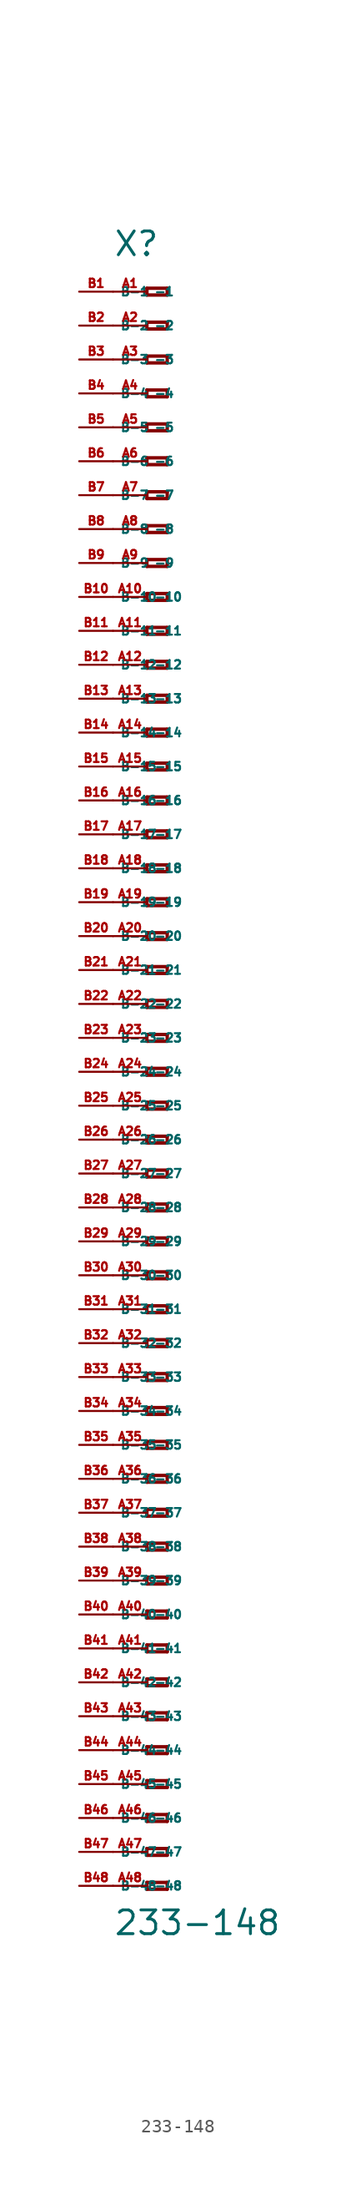
<source format=kicad_sym>
(kicad_symbol_lib
  (version 20220914)
  (generator Eagle2Kicad)
  (symbol "233-148"
    (property "Reference" "X"
      (at -5.08 60.96 0)
      (effects (font (size 1.778 1.778) (thickness 0.22)) (justify left bottom)))
    (property "Value" "233-148"
      (at -5.08 -64.77 0)
      (effects (font (size 1.778 1.778) (thickness 0.22)) (justify left bottom)))
    (polyline
      (pts (xy -2.54 58.674) (xy -2.54 58.166))
      (stroke (width 0.254) (type default))
      (fill (type none)))
    (polyline
      (pts (xy -2.54 58.166) (xy -1.016 58.166))
      (stroke (width 0.254) (type default))
      (fill (type none)))
    (polyline
      (pts (xy -1.016 58.166) (xy -1.016 58.674))
      (stroke (width 0.254) (type default))
      (fill (type none)))
    (polyline
      (pts (xy -1.016 58.674) (xy -2.54 58.674))
      (stroke (width 0.254) (type default))
      (fill (type none)))
    (polyline
      (pts (xy -2.54 56.134) (xy -2.54 55.626))
      (stroke (width 0.254) (type default))
      (fill (type none)))
    (polyline
      (pts (xy -2.54 55.626) (xy -1.016 55.626))
      (stroke (width 0.254) (type default))
      (fill (type none)))
    (polyline
      (pts (xy -1.016 55.626) (xy -1.016 56.134))
      (stroke (width 0.254) (type default))
      (fill (type none)))
    (polyline
      (pts (xy -1.016 56.134) (xy -2.54 56.134))
      (stroke (width 0.254) (type default))
      (fill (type none)))
    (polyline
      (pts (xy -2.54 53.594) (xy -2.54 53.086))
      (stroke (width 0.254) (type default))
      (fill (type none)))
    (polyline
      (pts (xy -2.54 53.086) (xy -1.016 53.086))
      (stroke (width 0.254) (type default))
      (fill (type none)))
    (polyline
      (pts (xy -1.016 53.086) (xy -1.016 53.594))
      (stroke (width 0.254) (type default))
      (fill (type none)))
    (polyline
      (pts (xy -1.016 53.594) (xy -2.54 53.594))
      (stroke (width 0.254) (type default))
      (fill (type none)))
    (polyline
      (pts (xy -2.54 51.054) (xy -2.54 50.546))
      (stroke (width 0.254) (type default))
      (fill (type none)))
    (polyline
      (pts (xy -2.54 50.546) (xy -1.016 50.546))
      (stroke (width 0.254) (type default))
      (fill (type none)))
    (polyline
      (pts (xy -1.016 50.546) (xy -1.016 51.054))
      (stroke (width 0.254) (type default))
      (fill (type none)))
    (polyline
      (pts (xy -1.016 51.054) (xy -2.54 51.054))
      (stroke (width 0.254) (type default))
      (fill (type none)))
    (polyline
      (pts (xy -2.54 48.514) (xy -2.54 48.006))
      (stroke (width 0.254) (type default))
      (fill (type none)))
    (polyline
      (pts (xy -2.54 48.006) (xy -1.016 48.006))
      (stroke (width 0.254) (type default))
      (fill (type none)))
    (polyline
      (pts (xy -1.016 48.006) (xy -1.016 48.514))
      (stroke (width 0.254) (type default))
      (fill (type none)))
    (polyline
      (pts (xy -1.016 48.514) (xy -2.54 48.514))
      (stroke (width 0.254) (type default))
      (fill (type none)))
    (polyline
      (pts (xy -2.54 45.974) (xy -2.54 45.466))
      (stroke (width 0.254) (type default))
      (fill (type none)))
    (polyline
      (pts (xy -2.54 45.466) (xy -1.016 45.466))
      (stroke (width 0.254) (type default))
      (fill (type none)))
    (polyline
      (pts (xy -1.016 45.466) (xy -1.016 45.974))
      (stroke (width 0.254) (type default))
      (fill (type none)))
    (polyline
      (pts (xy -1.016 45.974) (xy -2.54 45.974))
      (stroke (width 0.254) (type default))
      (fill (type none)))
    (polyline
      (pts (xy -2.54 43.434) (xy -2.54 42.926))
      (stroke (width 0.254) (type default))
      (fill (type none)))
    (polyline
      (pts (xy -2.54 42.926) (xy -1.016 42.926))
      (stroke (width 0.254) (type default))
      (fill (type none)))
    (polyline
      (pts (xy -1.016 42.926) (xy -1.016 43.434))
      (stroke (width 0.254) (type default))
      (fill (type none)))
    (polyline
      (pts (xy -1.016 43.434) (xy -2.54 43.434))
      (stroke (width 0.254) (type default))
      (fill (type none)))
    (polyline
      (pts (xy -2.54 40.894) (xy -2.54 40.386))
      (stroke (width 0.254) (type default))
      (fill (type none)))
    (polyline
      (pts (xy -2.54 40.386) (xy -1.016 40.386))
      (stroke (width 0.254) (type default))
      (fill (type none)))
    (polyline
      (pts (xy -1.016 40.386) (xy -1.016 40.894))
      (stroke (width 0.254) (type default))
      (fill (type none)))
    (polyline
      (pts (xy -1.016 40.894) (xy -2.54 40.894))
      (stroke (width 0.254) (type default))
      (fill (type none)))
    (polyline
      (pts (xy -2.54 38.354) (xy -2.54 37.846))
      (stroke (width 0.254) (type default))
      (fill (type none)))
    (polyline
      (pts (xy -2.54 37.846) (xy -1.016 37.846))
      (stroke (width 0.254) (type default))
      (fill (type none)))
    (polyline
      (pts (xy -1.016 37.846) (xy -1.016 38.354))
      (stroke (width 0.254) (type default))
      (fill (type none)))
    (polyline
      (pts (xy -1.016 38.354) (xy -2.54 38.354))
      (stroke (width 0.254) (type default))
      (fill (type none)))
    (polyline
      (pts (xy -2.54 35.814) (xy -2.54 35.306))
      (stroke (width 0.254) (type default))
      (fill (type none)))
    (polyline
      (pts (xy -2.54 35.306) (xy -1.016 35.306))
      (stroke (width 0.254) (type default))
      (fill (type none)))
    (polyline
      (pts (xy -1.016 35.306) (xy -1.016 35.814))
      (stroke (width 0.254) (type default))
      (fill (type none)))
    (polyline
      (pts (xy -1.016 35.814) (xy -2.54 35.814))
      (stroke (width 0.254) (type default))
      (fill (type none)))
    (polyline
      (pts (xy -2.54 33.274) (xy -2.54 32.766))
      (stroke (width 0.254) (type default))
      (fill (type none)))
    (polyline
      (pts (xy -2.54 32.766) (xy -1.016 32.766))
      (stroke (width 0.254) (type default))
      (fill (type none)))
    (polyline
      (pts (xy -1.016 32.766) (xy -1.016 33.274))
      (stroke (width 0.254) (type default))
      (fill (type none)))
    (polyline
      (pts (xy -1.016 33.274) (xy -2.54 33.274))
      (stroke (width 0.254) (type default))
      (fill (type none)))
    (polyline
      (pts (xy -2.54 30.734) (xy -2.54 30.226))
      (stroke (width 0.254) (type default))
      (fill (type none)))
    (polyline
      (pts (xy -2.54 30.226) (xy -1.016 30.226))
      (stroke (width 0.254) (type default))
      (fill (type none)))
    (polyline
      (pts (xy -1.016 30.226) (xy -1.016 30.734))
      (stroke (width 0.254) (type default))
      (fill (type none)))
    (polyline
      (pts (xy -1.016 30.734) (xy -2.54 30.734))
      (stroke (width 0.254) (type default))
      (fill (type none)))
    (polyline
      (pts (xy -2.54 28.194) (xy -2.54 27.686))
      (stroke (width 0.254) (type default))
      (fill (type none)))
    (polyline
      (pts (xy -2.54 27.686) (xy -1.016 27.686))
      (stroke (width 0.254) (type default))
      (fill (type none)))
    (polyline
      (pts (xy -1.016 27.686) (xy -1.016 28.194))
      (stroke (width 0.254) (type default))
      (fill (type none)))
    (polyline
      (pts (xy -1.016 28.194) (xy -2.54 28.194))
      (stroke (width 0.254) (type default))
      (fill (type none)))
    (polyline
      (pts (xy -2.54 25.654) (xy -2.54 25.146))
      (stroke (width 0.254) (type default))
      (fill (type none)))
    (polyline
      (pts (xy -2.54 25.146) (xy -1.016 25.146))
      (stroke (width 0.254) (type default))
      (fill (type none)))
    (polyline
      (pts (xy -1.016 25.146) (xy -1.016 25.654))
      (stroke (width 0.254) (type default))
      (fill (type none)))
    (polyline
      (pts (xy -1.016 25.654) (xy -2.54 25.654))
      (stroke (width 0.254) (type default))
      (fill (type none)))
    (polyline
      (pts (xy -2.54 23.114) (xy -2.54 22.606))
      (stroke (width 0.254) (type default))
      (fill (type none)))
    (polyline
      (pts (xy -2.54 22.606) (xy -1.016 22.606))
      (stroke (width 0.254) (type default))
      (fill (type none)))
    (polyline
      (pts (xy -1.016 22.606) (xy -1.016 23.114))
      (stroke (width 0.254) (type default))
      (fill (type none)))
    (polyline
      (pts (xy -1.016 23.114) (xy -2.54 23.114))
      (stroke (width 0.254) (type default))
      (fill (type none)))
    (polyline
      (pts (xy -2.54 20.574) (xy -2.54 20.066))
      (stroke (width 0.254) (type default))
      (fill (type none)))
    (polyline
      (pts (xy -2.54 20.066) (xy -1.016 20.066))
      (stroke (width 0.254) (type default))
      (fill (type none)))
    (polyline
      (pts (xy -1.016 20.066) (xy -1.016 20.574))
      (stroke (width 0.254) (type default))
      (fill (type none)))
    (polyline
      (pts (xy -1.016 20.574) (xy -2.54 20.574))
      (stroke (width 0.254) (type default))
      (fill (type none)))
    (polyline
      (pts (xy -2.54 18.034) (xy -2.54 17.526))
      (stroke (width 0.254) (type default))
      (fill (type none)))
    (polyline
      (pts (xy -2.54 17.526) (xy -1.016 17.526))
      (stroke (width 0.254) (type default))
      (fill (type none)))
    (polyline
      (pts (xy -1.016 17.526) (xy -1.016 18.034))
      (stroke (width 0.254) (type default))
      (fill (type none)))
    (polyline
      (pts (xy -1.016 18.034) (xy -2.54 18.034))
      (stroke (width 0.254) (type default))
      (fill (type none)))
    (polyline
      (pts (xy -2.54 15.494) (xy -2.54 14.986))
      (stroke (width 0.254) (type default))
      (fill (type none)))
    (polyline
      (pts (xy -2.54 14.986) (xy -1.016 14.986))
      (stroke (width 0.254) (type default))
      (fill (type none)))
    (polyline
      (pts (xy -1.016 14.986) (xy -1.016 15.494))
      (stroke (width 0.254) (type default))
      (fill (type none)))
    (polyline
      (pts (xy -1.016 15.494) (xy -2.54 15.494))
      (stroke (width 0.254) (type default))
      (fill (type none)))
    (polyline
      (pts (xy -2.54 12.954) (xy -2.54 12.446))
      (stroke (width 0.254) (type default))
      (fill (type none)))
    (polyline
      (pts (xy -2.54 12.446) (xy -1.016 12.446))
      (stroke (width 0.254) (type default))
      (fill (type none)))
    (polyline
      (pts (xy -1.016 12.446) (xy -1.016 12.954))
      (stroke (width 0.254) (type default))
      (fill (type none)))
    (polyline
      (pts (xy -1.016 12.954) (xy -2.54 12.954))
      (stroke (width 0.254) (type default))
      (fill (type none)))
    (polyline
      (pts (xy -2.54 10.414) (xy -2.54 9.906))
      (stroke (width 0.254) (type default))
      (fill (type none)))
    (polyline
      (pts (xy -2.54 9.906) (xy -1.016 9.906))
      (stroke (width 0.254) (type default))
      (fill (type none)))
    (polyline
      (pts (xy -1.016 9.906) (xy -1.016 10.414))
      (stroke (width 0.254) (type default))
      (fill (type none)))
    (polyline
      (pts (xy -1.016 10.414) (xy -2.54 10.414))
      (stroke (width 0.254) (type default))
      (fill (type none)))
    (polyline
      (pts (xy -2.54 7.874) (xy -2.54 7.366))
      (stroke (width 0.254) (type default))
      (fill (type none)))
    (polyline
      (pts (xy -2.54 7.366) (xy -1.016 7.366))
      (stroke (width 0.254) (type default))
      (fill (type none)))
    (polyline
      (pts (xy -1.016 7.366) (xy -1.016 7.874))
      (stroke (width 0.254) (type default))
      (fill (type none)))
    (polyline
      (pts (xy -1.016 7.874) (xy -2.54 7.874))
      (stroke (width 0.254) (type default))
      (fill (type none)))
    (polyline
      (pts (xy -2.54 5.334) (xy -2.54 4.826))
      (stroke (width 0.254) (type default))
      (fill (type none)))
    (polyline
      (pts (xy -2.54 4.826) (xy -1.016 4.826))
      (stroke (width 0.254) (type default))
      (fill (type none)))
    (polyline
      (pts (xy -1.016 4.826) (xy -1.016 5.334))
      (stroke (width 0.254) (type default))
      (fill (type none)))
    (polyline
      (pts (xy -1.016 5.334) (xy -2.54 5.334))
      (stroke (width 0.254) (type default))
      (fill (type none)))
    (polyline
      (pts (xy -2.54 2.794) (xy -2.54 2.286))
      (stroke (width 0.254) (type default))
      (fill (type none)))
    (polyline
      (pts (xy -2.54 2.286) (xy -1.016 2.286))
      (stroke (width 0.254) (type default))
      (fill (type none)))
    (polyline
      (pts (xy -1.016 2.286) (xy -1.016 2.794))
      (stroke (width 0.254) (type default))
      (fill (type none)))
    (polyline
      (pts (xy -1.016 2.794) (xy -2.54 2.794))
      (stroke (width 0.254) (type default))
      (fill (type none)))
    (polyline
      (pts (xy -2.54 0.254) (xy -2.54 -0.254))
      (stroke (width 0.254) (type default))
      (fill (type none)))
    (polyline
      (pts (xy -2.54 -0.254) (xy -1.016 -0.254))
      (stroke (width 0.254) (type default))
      (fill (type none)))
    (polyline
      (pts (xy -1.016 -0.254) (xy -1.016 0.254))
      (stroke (width 0.254) (type default))
      (fill (type none)))
    (polyline
      (pts (xy -1.016 0.254) (xy -2.54 0.254))
      (stroke (width 0.254) (type default))
      (fill (type none)))
    (polyline
      (pts (xy -2.54 -2.286) (xy -2.54 -2.794))
      (stroke (width 0.254) (type default))
      (fill (type none)))
    (polyline
      (pts (xy -2.54 -2.794) (xy -1.016 -2.794))
      (stroke (width 0.254) (type default))
      (fill (type none)))
    (polyline
      (pts (xy -1.016 -2.794) (xy -1.016 -2.286))
      (stroke (width 0.254) (type default))
      (fill (type none)))
    (polyline
      (pts (xy -1.016 -2.286) (xy -2.54 -2.286))
      (stroke (width 0.254) (type default))
      (fill (type none)))
    (polyline
      (pts (xy -2.54 -4.826) (xy -2.54 -5.334))
      (stroke (width 0.254) (type default))
      (fill (type none)))
    (polyline
      (pts (xy -2.54 -5.334) (xy -1.016 -5.334))
      (stroke (width 0.254) (type default))
      (fill (type none)))
    (polyline
      (pts (xy -1.016 -5.334) (xy -1.016 -4.826))
      (stroke (width 0.254) (type default))
      (fill (type none)))
    (polyline
      (pts (xy -1.016 -4.826) (xy -2.54 -4.826))
      (stroke (width 0.254) (type default))
      (fill (type none)))
    (polyline
      (pts (xy -2.54 -7.366) (xy -2.54 -7.874))
      (stroke (width 0.254) (type default))
      (fill (type none)))
    (polyline
      (pts (xy -2.54 -7.874) (xy -1.016 -7.874))
      (stroke (width 0.254) (type default))
      (fill (type none)))
    (polyline
      (pts (xy -1.016 -7.874) (xy -1.016 -7.366))
      (stroke (width 0.254) (type default))
      (fill (type none)))
    (polyline
      (pts (xy -1.016 -7.366) (xy -2.54 -7.366))
      (stroke (width 0.254) (type default))
      (fill (type none)))
    (polyline
      (pts (xy -2.54 -9.906) (xy -2.54 -10.414))
      (stroke (width 0.254) (type default))
      (fill (type none)))
    (polyline
      (pts (xy -2.54 -10.414) (xy -1.016 -10.414))
      (stroke (width 0.254) (type default))
      (fill (type none)))
    (polyline
      (pts (xy -1.016 -10.414) (xy -1.016 -9.906))
      (stroke (width 0.254) (type default))
      (fill (type none)))
    (polyline
      (pts (xy -1.016 -9.906) (xy -2.54 -9.906))
      (stroke (width 0.254) (type default))
      (fill (type none)))
    (polyline
      (pts (xy -2.54 -12.446) (xy -2.54 -12.954))
      (stroke (width 0.254) (type default))
      (fill (type none)))
    (polyline
      (pts (xy -2.54 -12.954) (xy -1.016 -12.954))
      (stroke (width 0.254) (type default))
      (fill (type none)))
    (polyline
      (pts (xy -1.016 -12.954) (xy -1.016 -12.446))
      (stroke (width 0.254) (type default))
      (fill (type none)))
    (polyline
      (pts (xy -1.016 -12.446) (xy -2.54 -12.446))
      (stroke (width 0.254) (type default))
      (fill (type none)))
    (polyline
      (pts (xy -2.54 -14.986) (xy -2.54 -15.494))
      (stroke (width 0.254) (type default))
      (fill (type none)))
    (polyline
      (pts (xy -2.54 -15.494) (xy -1.016 -15.494))
      (stroke (width 0.254) (type default))
      (fill (type none)))
    (polyline
      (pts (xy -1.016 -15.494) (xy -1.016 -14.986))
      (stroke (width 0.254) (type default))
      (fill (type none)))
    (polyline
      (pts (xy -1.016 -14.986) (xy -2.54 -14.986))
      (stroke (width 0.254) (type default))
      (fill (type none)))
    (polyline
      (pts (xy -2.54 -17.526) (xy -2.54 -18.034))
      (stroke (width 0.254) (type default))
      (fill (type none)))
    (polyline
      (pts (xy -2.54 -18.034) (xy -1.016 -18.034))
      (stroke (width 0.254) (type default))
      (fill (type none)))
    (polyline
      (pts (xy -1.016 -18.034) (xy -1.016 -17.526))
      (stroke (width 0.254) (type default))
      (fill (type none)))
    (polyline
      (pts (xy -1.016 -17.526) (xy -2.54 -17.526))
      (stroke (width 0.254) (type default))
      (fill (type none)))
    (polyline
      (pts (xy -2.54 -20.066) (xy -2.54 -20.574))
      (stroke (width 0.254) (type default))
      (fill (type none)))
    (polyline
      (pts (xy -2.54 -20.574) (xy -1.016 -20.574))
      (stroke (width 0.254) (type default))
      (fill (type none)))
    (polyline
      (pts (xy -1.016 -20.574) (xy -1.016 -20.066))
      (stroke (width 0.254) (type default))
      (fill (type none)))
    (polyline
      (pts (xy -1.016 -20.066) (xy -2.54 -20.066))
      (stroke (width 0.254) (type default))
      (fill (type none)))
    (polyline
      (pts (xy -2.54 -22.606) (xy -2.54 -23.114))
      (stroke (width 0.254) (type default))
      (fill (type none)))
    (polyline
      (pts (xy -2.54 -23.114) (xy -1.016 -23.114))
      (stroke (width 0.254) (type default))
      (fill (type none)))
    (polyline
      (pts (xy -1.016 -23.114) (xy -1.016 -22.606))
      (stroke (width 0.254) (type default))
      (fill (type none)))
    (polyline
      (pts (xy -1.016 -22.606) (xy -2.54 -22.606))
      (stroke (width 0.254) (type default))
      (fill (type none)))
    (polyline
      (pts (xy -2.54 -25.146) (xy -2.54 -25.654))
      (stroke (width 0.254) (type default))
      (fill (type none)))
    (polyline
      (pts (xy -2.54 -25.654) (xy -1.016 -25.654))
      (stroke (width 0.254) (type default))
      (fill (type none)))
    (polyline
      (pts (xy -1.016 -25.654) (xy -1.016 -25.146))
      (stroke (width 0.254) (type default))
      (fill (type none)))
    (polyline
      (pts (xy -1.016 -25.146) (xy -2.54 -25.146))
      (stroke (width 0.254) (type default))
      (fill (type none)))
    (polyline
      (pts (xy -2.54 -27.686) (xy -2.54 -28.194))
      (stroke (width 0.254) (type default))
      (fill (type none)))
    (polyline
      (pts (xy -2.54 -28.194) (xy -1.016 -28.194))
      (stroke (width 0.254) (type default))
      (fill (type none)))
    (polyline
      (pts (xy -1.016 -28.194) (xy -1.016 -27.686))
      (stroke (width 0.254) (type default))
      (fill (type none)))
    (polyline
      (pts (xy -1.016 -27.686) (xy -2.54 -27.686))
      (stroke (width 0.254) (type default))
      (fill (type none)))
    (polyline
      (pts (xy -2.54 -30.226) (xy -2.54 -30.734))
      (stroke (width 0.254) (type default))
      (fill (type none)))
    (polyline
      (pts (xy -2.54 -30.734) (xy -1.016 -30.734))
      (stroke (width 0.254) (type default))
      (fill (type none)))
    (polyline
      (pts (xy -1.016 -30.734) (xy -1.016 -30.226))
      (stroke (width 0.254) (type default))
      (fill (type none)))
    (polyline
      (pts (xy -1.016 -30.226) (xy -2.54 -30.226))
      (stroke (width 0.254) (type default))
      (fill (type none)))
    (polyline
      (pts (xy -2.54 -32.766) (xy -2.54 -33.274))
      (stroke (width 0.254) (type default))
      (fill (type none)))
    (polyline
      (pts (xy -2.54 -33.274) (xy -1.016 -33.274))
      (stroke (width 0.254) (type default))
      (fill (type none)))
    (polyline
      (pts (xy -1.016 -33.274) (xy -1.016 -32.766))
      (stroke (width 0.254) (type default))
      (fill (type none)))
    (polyline
      (pts (xy -1.016 -32.766) (xy -2.54 -32.766))
      (stroke (width 0.254) (type default))
      (fill (type none)))
    (polyline
      (pts (xy -2.54 -35.306) (xy -2.54 -35.814))
      (stroke (width 0.254) (type default))
      (fill (type none)))
    (polyline
      (pts (xy -2.54 -35.814) (xy -1.016 -35.814))
      (stroke (width 0.254) (type default))
      (fill (type none)))
    (polyline
      (pts (xy -1.016 -35.814) (xy -1.016 -35.306))
      (stroke (width 0.254) (type default))
      (fill (type none)))
    (polyline
      (pts (xy -1.016 -35.306) (xy -2.54 -35.306))
      (stroke (width 0.254) (type default))
      (fill (type none)))
    (polyline
      (pts (xy -2.54 -37.846) (xy -2.54 -38.354))
      (stroke (width 0.254) (type default))
      (fill (type none)))
    (polyline
      (pts (xy -2.54 -38.354) (xy -1.016 -38.354))
      (stroke (width 0.254) (type default))
      (fill (type none)))
    (polyline
      (pts (xy -1.016 -38.354) (xy -1.016 -37.846))
      (stroke (width 0.254) (type default))
      (fill (type none)))
    (polyline
      (pts (xy -1.016 -37.846) (xy -2.54 -37.846))
      (stroke (width 0.254) (type default))
      (fill (type none)))
    (polyline
      (pts (xy -2.54 -40.386) (xy -2.54 -40.894))
      (stroke (width 0.254) (type default))
      (fill (type none)))
    (polyline
      (pts (xy -2.54 -40.894) (xy -1.016 -40.894))
      (stroke (width 0.254) (type default))
      (fill (type none)))
    (polyline
      (pts (xy -1.016 -40.894) (xy -1.016 -40.386))
      (stroke (width 0.254) (type default))
      (fill (type none)))
    (polyline
      (pts (xy -1.016 -40.386) (xy -2.54 -40.386))
      (stroke (width 0.254) (type default))
      (fill (type none)))
    (polyline
      (pts (xy -2.54 -42.926) (xy -2.54 -43.434))
      (stroke (width 0.254) (type default))
      (fill (type none)))
    (polyline
      (pts (xy -2.54 -43.434) (xy -1.016 -43.434))
      (stroke (width 0.254) (type default))
      (fill (type none)))
    (polyline
      (pts (xy -1.016 -43.434) (xy -1.016 -42.926))
      (stroke (width 0.254) (type default))
      (fill (type none)))
    (polyline
      (pts (xy -1.016 -42.926) (xy -2.54 -42.926))
      (stroke (width 0.254) (type default))
      (fill (type none)))
    (polyline
      (pts (xy -2.54 -45.466) (xy -2.54 -45.974))
      (stroke (width 0.254) (type default))
      (fill (type none)))
    (polyline
      (pts (xy -2.54 -45.974) (xy -1.016 -45.974))
      (stroke (width 0.254) (type default))
      (fill (type none)))
    (polyline
      (pts (xy -1.016 -45.974) (xy -1.016 -45.466))
      (stroke (width 0.254) (type default))
      (fill (type none)))
    (polyline
      (pts (xy -1.016 -45.466) (xy -2.54 -45.466))
      (stroke (width 0.254) (type default))
      (fill (type none)))
    (polyline
      (pts (xy -2.54 -48.006) (xy -2.54 -48.514))
      (stroke (width 0.254) (type default))
      (fill (type none)))
    (polyline
      (pts (xy -2.54 -48.514) (xy -1.016 -48.514))
      (stroke (width 0.254) (type default))
      (fill (type none)))
    (polyline
      (pts (xy -1.016 -48.514) (xy -1.016 -48.006))
      (stroke (width 0.254) (type default))
      (fill (type none)))
    (polyline
      (pts (xy -1.016 -48.006) (xy -2.54 -48.006))
      (stroke (width 0.254) (type default))
      (fill (type none)))
    (polyline
      (pts (xy -2.54 -50.546) (xy -2.54 -51.054))
      (stroke (width 0.254) (type default))
      (fill (type none)))
    (polyline
      (pts (xy -2.54 -51.054) (xy -1.016 -51.054))
      (stroke (width 0.254) (type default))
      (fill (type none)))
    (polyline
      (pts (xy -1.016 -51.054) (xy -1.016 -50.546))
      (stroke (width 0.254) (type default))
      (fill (type none)))
    (polyline
      (pts (xy -1.016 -50.546) (xy -2.54 -50.546))
      (stroke (width 0.254) (type default))
      (fill (type none)))
    (polyline
      (pts (xy -2.54 -53.086) (xy -2.54 -53.594))
      (stroke (width 0.254) (type default))
      (fill (type none)))
    (polyline
      (pts (xy -2.54 -53.594) (xy -1.016 -53.594))
      (stroke (width 0.254) (type default))
      (fill (type none)))
    (polyline
      (pts (xy -1.016 -53.594) (xy -1.016 -53.086))
      (stroke (width 0.254) (type default))
      (fill (type none)))
    (polyline
      (pts (xy -1.016 -53.086) (xy -2.54 -53.086))
      (stroke (width 0.254) (type default))
      (fill (type none)))
    (polyline
      (pts (xy -2.54 -55.626) (xy -2.54 -56.134))
      (stroke (width 0.254) (type default))
      (fill (type none)))
    (polyline
      (pts (xy -2.54 -56.134) (xy -1.016 -56.134))
      (stroke (width 0.254) (type default))
      (fill (type none)))
    (polyline
      (pts (xy -1.016 -56.134) (xy -1.016 -55.626))
      (stroke (width 0.254) (type default))
      (fill (type none)))
    (polyline
      (pts (xy -1.016 -55.626) (xy -2.54 -55.626))
      (stroke (width 0.254) (type default))
      (fill (type none)))
    (polyline
      (pts (xy -2.54 -58.166) (xy -2.54 -58.674))
      (stroke (width 0.254) (type default))
      (fill (type none)))
    (polyline
      (pts (xy -2.54 -58.674) (xy -1.016 -58.674))
      (stroke (width 0.254) (type default))
      (fill (type none)))
    (polyline
      (pts (xy -1.016 -58.674) (xy -1.016 -58.166))
      (stroke (width 0.254) (type default))
      (fill (type none)))
    (polyline
      (pts (xy -1.016 -58.166) (xy -2.54 -58.166))
      (stroke (width 0.254) (type default))
      (fill (type none)))
    (polyline
      (pts (xy -2.54 -60.706) (xy -2.54 -61.214))
      (stroke (width 0.254) (type default))
      (fill (type none)))
    (polyline
      (pts (xy -2.54 -61.214) (xy -1.016 -61.214))
      (stroke (width 0.254) (type default))
      (fill (type none)))
    (polyline
      (pts (xy -1.016 -61.214) (xy -1.016 -60.706))
      (stroke (width 0.254) (type default))
      (fill (type none)))
    (polyline
      (pts (xy -1.016 -60.706) (xy -2.54 -60.706))
      (stroke (width 0.254) (type default))
      (fill (type none)))
    (pin passive line
      (at -5.08 58.42 0)
      (length 2.54)
      (name "-1" (effects (font (size 0.635 0.635) (thickness 0.08)) (justify left bottom)))
      (number "A1" (effects (font (size 0.635 0.635) (thickness 0.08)) (justify left bottom))))
    (pin passive line
      (at -5.08 55.88 0)
      (length 2.54)
      (name "-2" (effects (font (size 0.635 0.635) (thickness 0.08)) (justify left bottom)))
      (number "A2" (effects (font (size 0.635 0.635) (thickness 0.08)) (justify left bottom))))
    (pin passive line
      (at -5.08 53.34 0)
      (length 2.54)
      (name "-3" (effects (font (size 0.635 0.635) (thickness 0.08)) (justify left bottom)))
      (number "A3" (effects (font (size 0.635 0.635) (thickness 0.08)) (justify left bottom))))
    (pin passive line
      (at -5.08 50.8 0)
      (length 2.54)
      (name "-4" (effects (font (size 0.635 0.635) (thickness 0.08)) (justify left bottom)))
      (number "A4" (effects (font (size 0.635 0.635) (thickness 0.08)) (justify left bottom))))
    (pin passive line
      (at -5.08 48.26 0)
      (length 2.54)
      (name "-5" (effects (font (size 0.635 0.635) (thickness 0.08)) (justify left bottom)))
      (number "A5" (effects (font (size 0.635 0.635) (thickness 0.08)) (justify left bottom))))
    (pin passive line
      (at -5.08 45.72 0)
      (length 2.54)
      (name "-6" (effects (font (size 0.635 0.635) (thickness 0.08)) (justify left bottom)))
      (number "A6" (effects (font (size 0.635 0.635) (thickness 0.08)) (justify left bottom))))
    (pin passive line
      (at -5.08 43.18 0)
      (length 2.54)
      (name "-7" (effects (font (size 0.635 0.635) (thickness 0.08)) (justify left bottom)))
      (number "A7" (effects (font (size 0.635 0.635) (thickness 0.08)) (justify left bottom))))
    (pin passive line
      (at -5.08 40.64 0)
      (length 2.54)
      (name "-8" (effects (font (size 0.635 0.635) (thickness 0.08)) (justify left bottom)))
      (number "A8" (effects (font (size 0.635 0.635) (thickness 0.08)) (justify left bottom))))
    (pin passive line
      (at -5.08 38.1 0)
      (length 2.54)
      (name "-9" (effects (font (size 0.635 0.635) (thickness 0.08)) (justify left bottom)))
      (number "A9" (effects (font (size 0.635 0.635) (thickness 0.08)) (justify left bottom))))
    (pin passive line
      (at -5.08 35.56 0)
      (length 2.54)
      (name "-10" (effects (font (size 0.635 0.635) (thickness 0.08)) (justify left bottom)))
      (number "A10" (effects (font (size 0.635 0.635) (thickness 0.08)) (justify left bottom))))
    (pin passive line
      (at -5.08 33.02 0)
      (length 2.54)
      (name "-11" (effects (font (size 0.635 0.635) (thickness 0.08)) (justify left bottom)))
      (number "A11" (effects (font (size 0.635 0.635) (thickness 0.08)) (justify left bottom))))
    (pin passive line
      (at -5.08 30.48 0)
      (length 2.54)
      (name "-12" (effects (font (size 0.635 0.635) (thickness 0.08)) (justify left bottom)))
      (number "A12" (effects (font (size 0.635 0.635) (thickness 0.08)) (justify left bottom))))
    (pin passive line
      (at -5.08 27.94 0)
      (length 2.54)
      (name "-13" (effects (font (size 0.635 0.635) (thickness 0.08)) (justify left bottom)))
      (number "A13" (effects (font (size 0.635 0.635) (thickness 0.08)) (justify left bottom))))
    (pin passive line
      (at -5.08 25.4 0)
      (length 2.54)
      (name "-14" (effects (font (size 0.635 0.635) (thickness 0.08)) (justify left bottom)))
      (number "A14" (effects (font (size 0.635 0.635) (thickness 0.08)) (justify left bottom))))
    (pin passive line
      (at -5.08 22.86 0)
      (length 2.54)
      (name "-15" (effects (font (size 0.635 0.635) (thickness 0.08)) (justify left bottom)))
      (number "A15" (effects (font (size 0.635 0.635) (thickness 0.08)) (justify left bottom))))
    (pin passive line
      (at -5.08 20.32 0)
      (length 2.54)
      (name "-16" (effects (font (size 0.635 0.635) (thickness 0.08)) (justify left bottom)))
      (number "A16" (effects (font (size 0.635 0.635) (thickness 0.08)) (justify left bottom))))
    (pin passive line
      (at -5.08 17.78 0)
      (length 2.54)
      (name "-17" (effects (font (size 0.635 0.635) (thickness 0.08)) (justify left bottom)))
      (number "A17" (effects (font (size 0.635 0.635) (thickness 0.08)) (justify left bottom))))
    (pin passive line
      (at -5.08 15.24 0)
      (length 2.54)
      (name "-18" (effects (font (size 0.635 0.635) (thickness 0.08)) (justify left bottom)))
      (number "A18" (effects (font (size 0.635 0.635) (thickness 0.08)) (justify left bottom))))
    (pin passive line
      (at -5.08 12.7 0)
      (length 2.54)
      (name "-19" (effects (font (size 0.635 0.635) (thickness 0.08)) (justify left bottom)))
      (number "A19" (effects (font (size 0.635 0.635) (thickness 0.08)) (justify left bottom))))
    (pin passive line
      (at -5.08 10.16 0)
      (length 2.54)
      (name "-20" (effects (font (size 0.635 0.635) (thickness 0.08)) (justify left bottom)))
      (number "A20" (effects (font (size 0.635 0.635) (thickness 0.08)) (justify left bottom))))
    (pin passive line
      (at -5.08 7.62 0)
      (length 2.54)
      (name "-21" (effects (font (size 0.635 0.635) (thickness 0.08)) (justify left bottom)))
      (number "A21" (effects (font (size 0.635 0.635) (thickness 0.08)) (justify left bottom))))
    (pin passive line
      (at -5.08 5.08 0)
      (length 2.54)
      (name "-22" (effects (font (size 0.635 0.635) (thickness 0.08)) (justify left bottom)))
      (number "A22" (effects (font (size 0.635 0.635) (thickness 0.08)) (justify left bottom))))
    (pin passive line
      (at -5.08 2.54 0)
      (length 2.54)
      (name "-23" (effects (font (size 0.635 0.635) (thickness 0.08)) (justify left bottom)))
      (number "A23" (effects (font (size 0.635 0.635) (thickness 0.08)) (justify left bottom))))
    (pin passive line
      (at -5.08 0 0)
      (length 2.54)
      (name "-24" (effects (font (size 0.635 0.635) (thickness 0.08)) (justify left bottom)))
      (number "A24" (effects (font (size 0.635 0.635) (thickness 0.08)) (justify left bottom))))
    (pin passive line
      (at -5.08 -2.54 0)
      (length 2.54)
      (name "-25" (effects (font (size 0.635 0.635) (thickness 0.08)) (justify left bottom)))
      (number "A25" (effects (font (size 0.635 0.635) (thickness 0.08)) (justify left bottom))))
    (pin passive line
      (at -5.08 -5.08 0)
      (length 2.54)
      (name "-26" (effects (font (size 0.635 0.635) (thickness 0.08)) (justify left bottom)))
      (number "A26" (effects (font (size 0.635 0.635) (thickness 0.08)) (justify left bottom))))
    (pin passive line
      (at -5.08 -7.62 0)
      (length 2.54)
      (name "-27" (effects (font (size 0.635 0.635) (thickness 0.08)) (justify left bottom)))
      (number "A27" (effects (font (size 0.635 0.635) (thickness 0.08)) (justify left bottom))))
    (pin passive line
      (at -5.08 -10.16 0)
      (length 2.54)
      (name "-28" (effects (font (size 0.635 0.635) (thickness 0.08)) (justify left bottom)))
      (number "A28" (effects (font (size 0.635 0.635) (thickness 0.08)) (justify left bottom))))
    (pin passive line
      (at -5.08 -12.7 0)
      (length 2.54)
      (name "-29" (effects (font (size 0.635 0.635) (thickness 0.08)) (justify left bottom)))
      (number "A29" (effects (font (size 0.635 0.635) (thickness 0.08)) (justify left bottom))))
    (pin passive line
      (at -5.08 -15.24 0)
      (length 2.54)
      (name "-30" (effects (font (size 0.635 0.635) (thickness 0.08)) (justify left bottom)))
      (number "A30" (effects (font (size 0.635 0.635) (thickness 0.08)) (justify left bottom))))
    (pin passive line
      (at -5.08 -17.78 0)
      (length 2.54)
      (name "-31" (effects (font (size 0.635 0.635) (thickness 0.08)) (justify left bottom)))
      (number "A31" (effects (font (size 0.635 0.635) (thickness 0.08)) (justify left bottom))))
    (pin passive line
      (at -5.08 -20.32 0)
      (length 2.54)
      (name "-32" (effects (font (size 0.635 0.635) (thickness 0.08)) (justify left bottom)))
      (number "A32" (effects (font (size 0.635 0.635) (thickness 0.08)) (justify left bottom))))
    (pin passive line
      (at -5.08 -22.86 0)
      (length 2.54)
      (name "-33" (effects (font (size 0.635 0.635) (thickness 0.08)) (justify left bottom)))
      (number "A33" (effects (font (size 0.635 0.635) (thickness 0.08)) (justify left bottom))))
    (pin passive line
      (at -5.08 -25.4 0)
      (length 2.54)
      (name "-34" (effects (font (size 0.635 0.635) (thickness 0.08)) (justify left bottom)))
      (number "A34" (effects (font (size 0.635 0.635) (thickness 0.08)) (justify left bottom))))
    (pin passive line
      (at -5.08 -27.94 0)
      (length 2.54)
      (name "-35" (effects (font (size 0.635 0.635) (thickness 0.08)) (justify left bottom)))
      (number "A35" (effects (font (size 0.635 0.635) (thickness 0.08)) (justify left bottom))))
    (pin passive line
      (at -5.08 -30.48 0)
      (length 2.54)
      (name "-36" (effects (font (size 0.635 0.635) (thickness 0.08)) (justify left bottom)))
      (number "A36" (effects (font (size 0.635 0.635) (thickness 0.08)) (justify left bottom))))
    (pin passive line
      (at -5.08 -33.02 0)
      (length 2.54)
      (name "-37" (effects (font (size 0.635 0.635) (thickness 0.08)) (justify left bottom)))
      (number "A37" (effects (font (size 0.635 0.635) (thickness 0.08)) (justify left bottom))))
    (pin passive line
      (at -5.08 -35.56 0)
      (length 2.54)
      (name "-38" (effects (font (size 0.635 0.635) (thickness 0.08)) (justify left bottom)))
      (number "A38" (effects (font (size 0.635 0.635) (thickness 0.08)) (justify left bottom))))
    (pin passive line
      (at -5.08 -38.1 0)
      (length 2.54)
      (name "-39" (effects (font (size 0.635 0.635) (thickness 0.08)) (justify left bottom)))
      (number "A39" (effects (font (size 0.635 0.635) (thickness 0.08)) (justify left bottom))))
    (pin passive line
      (at -5.08 -40.64 0)
      (length 2.54)
      (name "-40" (effects (font (size 0.635 0.635) (thickness 0.08)) (justify left bottom)))
      (number "A40" (effects (font (size 0.635 0.635) (thickness 0.08)) (justify left bottom))))
    (pin passive line
      (at -5.08 -43.18 0)
      (length 2.54)
      (name "-41" (effects (font (size 0.635 0.635) (thickness 0.08)) (justify left bottom)))
      (number "A41" (effects (font (size 0.635 0.635) (thickness 0.08)) (justify left bottom))))
    (pin passive line
      (at -5.08 -45.72 0)
      (length 2.54)
      (name "-42" (effects (font (size 0.635 0.635) (thickness 0.08)) (justify left bottom)))
      (number "A42" (effects (font (size 0.635 0.635) (thickness 0.08)) (justify left bottom))))
    (pin passive line
      (at -5.08 -48.26 0)
      (length 2.54)
      (name "-43" (effects (font (size 0.635 0.635) (thickness 0.08)) (justify left bottom)))
      (number "A43" (effects (font (size 0.635 0.635) (thickness 0.08)) (justify left bottom))))
    (pin passive line
      (at -5.08 -50.8 0)
      (length 2.54)
      (name "-44" (effects (font (size 0.635 0.635) (thickness 0.08)) (justify left bottom)))
      (number "A44" (effects (font (size 0.635 0.635) (thickness 0.08)) (justify left bottom))))
    (pin passive line
      (at -5.08 -53.34 0)
      (length 2.54)
      (name "-45" (effects (font (size 0.635 0.635) (thickness 0.08)) (justify left bottom)))
      (number "A45" (effects (font (size 0.635 0.635) (thickness 0.08)) (justify left bottom))))
    (pin passive line
      (at -5.08 -55.88 0)
      (length 2.54)
      (name "-46" (effects (font (size 0.635 0.635) (thickness 0.08)) (justify left bottom)))
      (number "A46" (effects (font (size 0.635 0.635) (thickness 0.08)) (justify left bottom))))
    (pin passive line
      (at -5.08 -58.42 0)
      (length 2.54)
      (name "-47" (effects (font (size 0.635 0.635) (thickness 0.08)) (justify left bottom)))
      (number "A47" (effects (font (size 0.635 0.635) (thickness 0.08)) (justify left bottom))))
    (pin passive line
      (at -5.08 -60.96 0)
      (length 2.54)
      (name "-48" (effects (font (size 0.635 0.635) (thickness 0.08)) (justify left bottom)))
      (number "A48" (effects (font (size 0.635 0.635) (thickness 0.08)) (justify left bottom))))
    (pin passive line
      (at -7.62 -60.96 0)
      (length 2.54)
      (name "B-48" (effects (font (size 0.635 0.635) (thickness 0.08)) (justify left bottom)))
      (number "B48" (effects (font (size 0.635 0.635) (thickness 0.08)) (justify left bottom))))
    (pin passive line
      (at -7.62 58.42 0)
      (length 2.54)
      (name "B-1" (effects (font (size 0.635 0.635) (thickness 0.08)) (justify left bottom)))
      (number "B1" (effects (font (size 0.635 0.635) (thickness 0.08)) (justify left bottom))))
    (pin passive line
      (at -7.62 55.88 0)
      (length 2.54)
      (name "B-2" (effects (font (size 0.635 0.635) (thickness 0.08)) (justify left bottom)))
      (number "B2" (effects (font (size 0.635 0.635) (thickness 0.08)) (justify left bottom))))
    (pin passive line
      (at -7.62 53.34 0)
      (length 2.54)
      (name "B-3" (effects (font (size 0.635 0.635) (thickness 0.08)) (justify left bottom)))
      (number "B3" (effects (font (size 0.635 0.635) (thickness 0.08)) (justify left bottom))))
    (pin passive line
      (at -7.62 50.8 0)
      (length 2.54)
      (name "B-4" (effects (font (size 0.635 0.635) (thickness 0.08)) (justify left bottom)))
      (number "B4" (effects (font (size 0.635 0.635) (thickness 0.08)) (justify left bottom))))
    (pin passive line
      (at -7.62 48.26 0)
      (length 2.54)
      (name "B-5" (effects (font (size 0.635 0.635) (thickness 0.08)) (justify left bottom)))
      (number "B5" (effects (font (size 0.635 0.635) (thickness 0.08)) (justify left bottom))))
    (pin passive line
      (at -7.62 45.72 0)
      (length 2.54)
      (name "B-6" (effects (font (size 0.635 0.635) (thickness 0.08)) (justify left bottom)))
      (number "B6" (effects (font (size 0.635 0.635) (thickness 0.08)) (justify left bottom))))
    (pin passive line
      (at -7.62 43.18 0)
      (length 2.54)
      (name "B-7" (effects (font (size 0.635 0.635) (thickness 0.08)) (justify left bottom)))
      (number "B7" (effects (font (size 0.635 0.635) (thickness 0.08)) (justify left bottom))))
    (pin passive line
      (at -7.62 40.64 0)
      (length 2.54)
      (name "B-8" (effects (font (size 0.635 0.635) (thickness 0.08)) (justify left bottom)))
      (number "B8" (effects (font (size 0.635 0.635) (thickness 0.08)) (justify left bottom))))
    (pin passive line
      (at -7.62 38.1 0)
      (length 2.54)
      (name "B-9" (effects (font (size 0.635 0.635) (thickness 0.08)) (justify left bottom)))
      (number "B9" (effects (font (size 0.635 0.635) (thickness 0.08)) (justify left bottom))))
    (pin passive line
      (at -7.62 35.56 0)
      (length 2.54)
      (name "B-10" (effects (font (size 0.635 0.635) (thickness 0.08)) (justify left bottom)))
      (number "B10" (effects (font (size 0.635 0.635) (thickness 0.08)) (justify left bottom))))
    (pin passive line
      (at -7.62 33.02 0)
      (length 2.54)
      (name "B-11" (effects (font (size 0.635 0.635) (thickness 0.08)) (justify left bottom)))
      (number "B11" (effects (font (size 0.635 0.635) (thickness 0.08)) (justify left bottom))))
    (pin passive line
      (at -7.62 30.48 0)
      (length 2.54)
      (name "B-12" (effects (font (size 0.635 0.635) (thickness 0.08)) (justify left bottom)))
      (number "B12" (effects (font (size 0.635 0.635) (thickness 0.08)) (justify left bottom))))
    (pin passive line
      (at -7.62 27.94 0)
      (length 2.54)
      (name "B-13" (effects (font (size 0.635 0.635) (thickness 0.08)) (justify left bottom)))
      (number "B13" (effects (font (size 0.635 0.635) (thickness 0.08)) (justify left bottom))))
    (pin passive line
      (at -7.62 25.4 0)
      (length 2.54)
      (name "B-14" (effects (font (size 0.635 0.635) (thickness 0.08)) (justify left bottom)))
      (number "B14" (effects (font (size 0.635 0.635) (thickness 0.08)) (justify left bottom))))
    (pin passive line
      (at -7.62 22.86 0)
      (length 2.54)
      (name "B-15" (effects (font (size 0.635 0.635) (thickness 0.08)) (justify left bottom)))
      (number "B15" (effects (font (size 0.635 0.635) (thickness 0.08)) (justify left bottom))))
    (pin passive line
      (at -7.62 20.32 0)
      (length 2.54)
      (name "B-16" (effects (font (size 0.635 0.635) (thickness 0.08)) (justify left bottom)))
      (number "B16" (effects (font (size 0.635 0.635) (thickness 0.08)) (justify left bottom))))
    (pin passive line
      (at -7.62 17.78 0)
      (length 2.54)
      (name "B-17" (effects (font (size 0.635 0.635) (thickness 0.08)) (justify left bottom)))
      (number "B17" (effects (font (size 0.635 0.635) (thickness 0.08)) (justify left bottom))))
    (pin passive line
      (at -7.62 15.24 0)
      (length 2.54)
      (name "B-18" (effects (font (size 0.635 0.635) (thickness 0.08)) (justify left bottom)))
      (number "B18" (effects (font (size 0.635 0.635) (thickness 0.08)) (justify left bottom))))
    (pin passive line
      (at -7.62 12.7 0)
      (length 2.54)
      (name "B-19" (effects (font (size 0.635 0.635) (thickness 0.08)) (justify left bottom)))
      (number "B19" (effects (font (size 0.635 0.635) (thickness 0.08)) (justify left bottom))))
    (pin passive line
      (at -7.62 10.16 0)
      (length 2.54)
      (name "B-20" (effects (font (size 0.635 0.635) (thickness 0.08)) (justify left bottom)))
      (number "B20" (effects (font (size 0.635 0.635) (thickness 0.08)) (justify left bottom))))
    (pin passive line
      (at -7.62 7.62 0)
      (length 2.54)
      (name "B-21" (effects (font (size 0.635 0.635) (thickness 0.08)) (justify left bottom)))
      (number "B21" (effects (font (size 0.635 0.635) (thickness 0.08)) (justify left bottom))))
    (pin passive line
      (at -7.62 5.08 0)
      (length 2.54)
      (name "B-22" (effects (font (size 0.635 0.635) (thickness 0.08)) (justify left bottom)))
      (number "B22" (effects (font (size 0.635 0.635) (thickness 0.08)) (justify left bottom))))
    (pin passive line
      (at -7.62 2.54 0)
      (length 2.54)
      (name "B-23" (effects (font (size 0.635 0.635) (thickness 0.08)) (justify left bottom)))
      (number "B23" (effects (font (size 0.635 0.635) (thickness 0.08)) (justify left bottom))))
    (pin passive line
      (at -7.62 0 0)
      (length 2.54)
      (name "B-24" (effects (font (size 0.635 0.635) (thickness 0.08)) (justify left bottom)))
      (number "B24" (effects (font (size 0.635 0.635) (thickness 0.08)) (justify left bottom))))
    (pin passive line
      (at -7.62 -2.54 0)
      (length 2.54)
      (name "B-25" (effects (font (size 0.635 0.635) (thickness 0.08)) (justify left bottom)))
      (number "B25" (effects (font (size 0.635 0.635) (thickness 0.08)) (justify left bottom))))
    (pin passive line
      (at -7.62 -5.08 0)
      (length 2.54)
      (name "B-26" (effects (font (size 0.635 0.635) (thickness 0.08)) (justify left bottom)))
      (number "B26" (effects (font (size 0.635 0.635) (thickness 0.08)) (justify left bottom))))
    (pin passive line
      (at -7.62 -7.62 0)
      (length 2.54)
      (name "B-27" (effects (font (size 0.635 0.635) (thickness 0.08)) (justify left bottom)))
      (number "B27" (effects (font (size 0.635 0.635) (thickness 0.08)) (justify left bottom))))
    (pin passive line
      (at -7.62 -10.16 0)
      (length 2.54)
      (name "B-28" (effects (font (size 0.635 0.635) (thickness 0.08)) (justify left bottom)))
      (number "B28" (effects (font (size 0.635 0.635) (thickness 0.08)) (justify left bottom))))
    (pin passive line
      (at -7.62 -12.7 0)
      (length 2.54)
      (name "B-29" (effects (font (size 0.635 0.635) (thickness 0.08)) (justify left bottom)))
      (number "B29" (effects (font (size 0.635 0.635) (thickness 0.08)) (justify left bottom))))
    (pin passive line
      (at -7.62 -15.24 0)
      (length 2.54)
      (name "B-30" (effects (font (size 0.635 0.635) (thickness 0.08)) (justify left bottom)))
      (number "B30" (effects (font (size 0.635 0.635) (thickness 0.08)) (justify left bottom))))
    (pin passive line
      (at -7.62 -17.78 0)
      (length 2.54)
      (name "B-31" (effects (font (size 0.635 0.635) (thickness 0.08)) (justify left bottom)))
      (number "B31" (effects (font (size 0.635 0.635) (thickness 0.08)) (justify left bottom))))
    (pin passive line
      (at -7.62 -20.32 0)
      (length 2.54)
      (name "B-32" (effects (font (size 0.635 0.635) (thickness 0.08)) (justify left bottom)))
      (number "B32" (effects (font (size 0.635 0.635) (thickness 0.08)) (justify left bottom))))
    (pin passive line
      (at -7.62 -22.86 0)
      (length 2.54)
      (name "B-33" (effects (font (size 0.635 0.635) (thickness 0.08)) (justify left bottom)))
      (number "B33" (effects (font (size 0.635 0.635) (thickness 0.08)) (justify left bottom))))
    (pin passive line
      (at -7.62 -25.4 0)
      (length 2.54)
      (name "B-34" (effects (font (size 0.635 0.635) (thickness 0.08)) (justify left bottom)))
      (number "B34" (effects (font (size 0.635 0.635) (thickness 0.08)) (justify left bottom))))
    (pin passive line
      (at -7.62 -27.94 0)
      (length 2.54)
      (name "B-35" (effects (font (size 0.635 0.635) (thickness 0.08)) (justify left bottom)))
      (number "B35" (effects (font (size 0.635 0.635) (thickness 0.08)) (justify left bottom))))
    (pin passive line
      (at -7.62 -30.48 0)
      (length 2.54)
      (name "B-36" (effects (font (size 0.635 0.635) (thickness 0.08)) (justify left bottom)))
      (number "B36" (effects (font (size 0.635 0.635) (thickness 0.08)) (justify left bottom))))
    (pin passive line
      (at -7.62 -33.02 0)
      (length 2.54)
      (name "B-37" (effects (font (size 0.635 0.635) (thickness 0.08)) (justify left bottom)))
      (number "B37" (effects (font (size 0.635 0.635) (thickness 0.08)) (justify left bottom))))
    (pin passive line
      (at -7.62 -35.56 0)
      (length 2.54)
      (name "B-38" (effects (font (size 0.635 0.635) (thickness 0.08)) (justify left bottom)))
      (number "B38" (effects (font (size 0.635 0.635) (thickness 0.08)) (justify left bottom))))
    (pin passive line
      (at -7.62 -38.1 0)
      (length 2.54)
      (name "B-39" (effects (font (size 0.635 0.635) (thickness 0.08)) (justify left bottom)))
      (number "B39" (effects (font (size 0.635 0.635) (thickness 0.08)) (justify left bottom))))
    (pin passive line
      (at -7.62 -40.64 0)
      (length 2.54)
      (name "B-40" (effects (font (size 0.635 0.635) (thickness 0.08)) (justify left bottom)))
      (number "B40" (effects (font (size 0.635 0.635) (thickness 0.08)) (justify left bottom))))
    (pin passive line
      (at -7.62 -43.18 0)
      (length 2.54)
      (name "B-41" (effects (font (size 0.635 0.635) (thickness 0.08)) (justify left bottom)))
      (number "B41" (effects (font (size 0.635 0.635) (thickness 0.08)) (justify left bottom))))
    (pin passive line
      (at -7.62 -45.72 0)
      (length 2.54)
      (name "B-42" (effects (font (size 0.635 0.635) (thickness 0.08)) (justify left bottom)))
      (number "B42" (effects (font (size 0.635 0.635) (thickness 0.08)) (justify left bottom))))
    (pin passive line
      (at -7.62 -48.26 0)
      (length 2.54)
      (name "B-43" (effects (font (size 0.635 0.635) (thickness 0.08)) (justify left bottom)))
      (number "B43" (effects (font (size 0.635 0.635) (thickness 0.08)) (justify left bottom))))
    (pin passive line
      (at -7.62 -50.8 0)
      (length 2.54)
      (name "B-44" (effects (font (size 0.635 0.635) (thickness 0.08)) (justify left bottom)))
      (number "B44" (effects (font (size 0.635 0.635) (thickness 0.08)) (justify left bottom))))
    (pin passive line
      (at -7.62 -53.34 0)
      (length 2.54)
      (name "B-45" (effects (font (size 0.635 0.635) (thickness 0.08)) (justify left bottom)))
      (number "B45" (effects (font (size 0.635 0.635) (thickness 0.08)) (justify left bottom))))
    (pin passive line
      (at -7.62 -55.88 0)
      (length 2.54)
      (name "B-46" (effects (font (size 0.635 0.635) (thickness 0.08)) (justify left bottom)))
      (number "B46" (effects (font (size 0.635 0.635) (thickness 0.08)) (justify left bottom))))
    (pin passive line
      (at -7.62 -58.42 0)
      (length 2.54)
      (name "B-47" (effects (font (size 0.635 0.635) (thickness 0.08)) (justify left bottom)))
      (number "B47" (effects (font (size 0.635 0.635) (thickness 0.08)) (justify left bottom))))))
</source>
